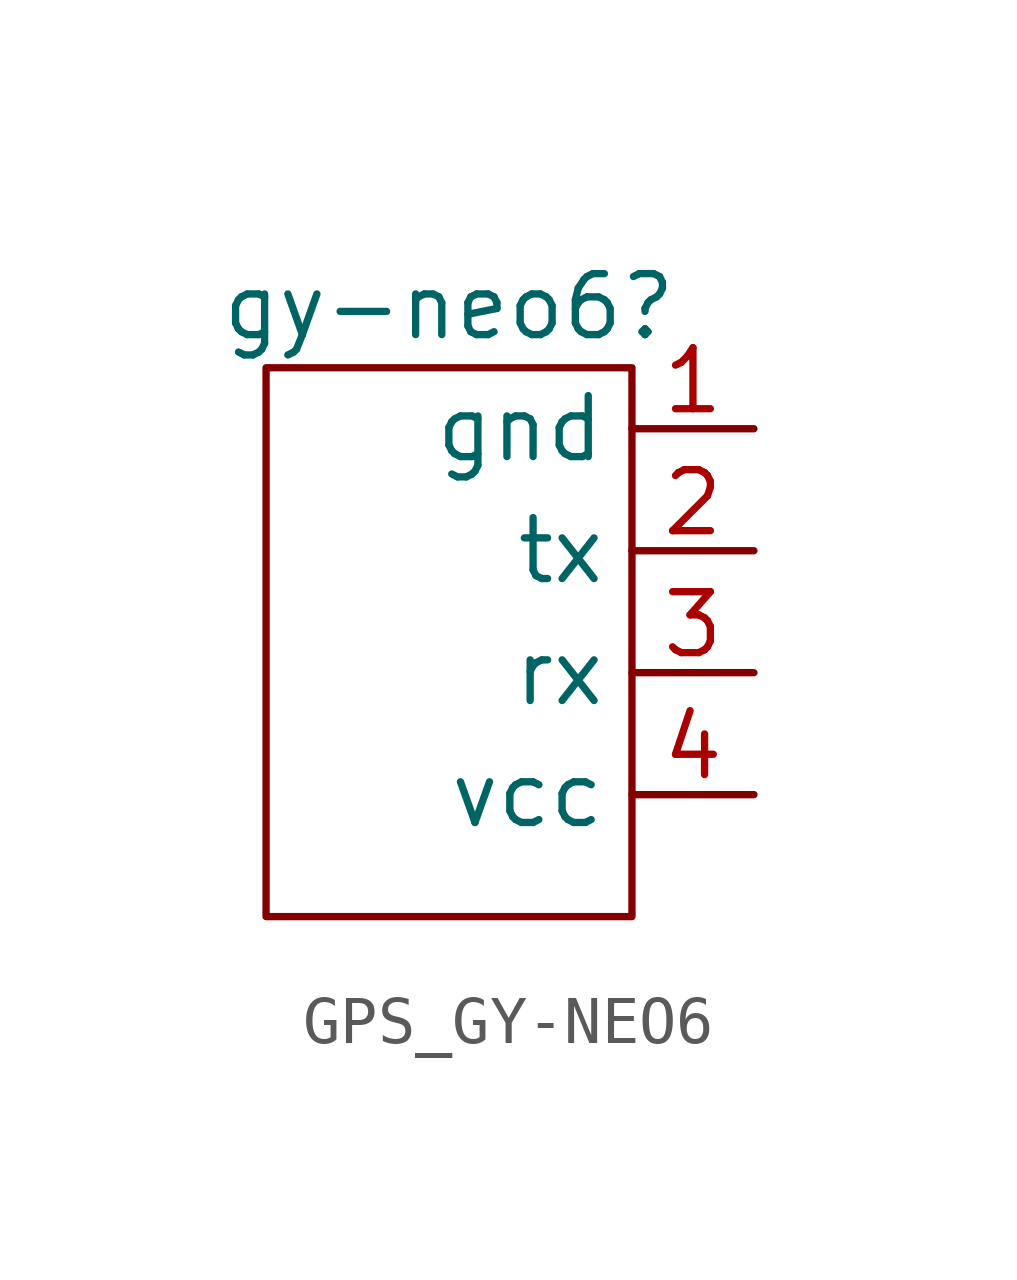
<source format=kicad_sym>
(kicad_symbol_lib
  (version 20220914)
  (generator kicad_symbol_editor)
  (symbol "GPS_GY-NEO6"
    (property "Reference" "gy-neo6"
      (at 0 0 0)
      (effects (font (size 1.27 1.27))))
    (property "Value" ""
      (at 0 0 0)
      (effects (font (size 1.27 1.27))))
    (symbol "GPS_GY-NEO6_0_1"
      (rectangle (start -3.81 -1.27) (end 3.81 -12.7) (stroke (width 0) (type default)) (fill (type none))))
    (symbol "GPS_GY-NEO6_1_1"
      (pin input line (at 6.35 -2.54 180) (length 2.54) (name "gnd" (effects (font (size 1.27 1.27)))) (number "1" (effects (font (size 1.27 1.27)))))
      (pin input line (at 6.35 -5.08 180) (length 2.54) (name "tx" (effects (font (size 1.27 1.27)))) (number "2" (effects (font (size 1.27 1.27)))))
      (pin input line (at 6.35 -7.62 180) (length 2.54) (name "rx" (effects (font (size 1.27 1.27)))) (number "3" (effects (font (size 1.27 1.27)))))
      (pin input line (at 6.35 -10.16 180) (length 2.54) (name "vcc" (effects (font (size 1.27 1.27)))) (number "4" (effects (font (size 1.27 1.27))))))))
</source>
